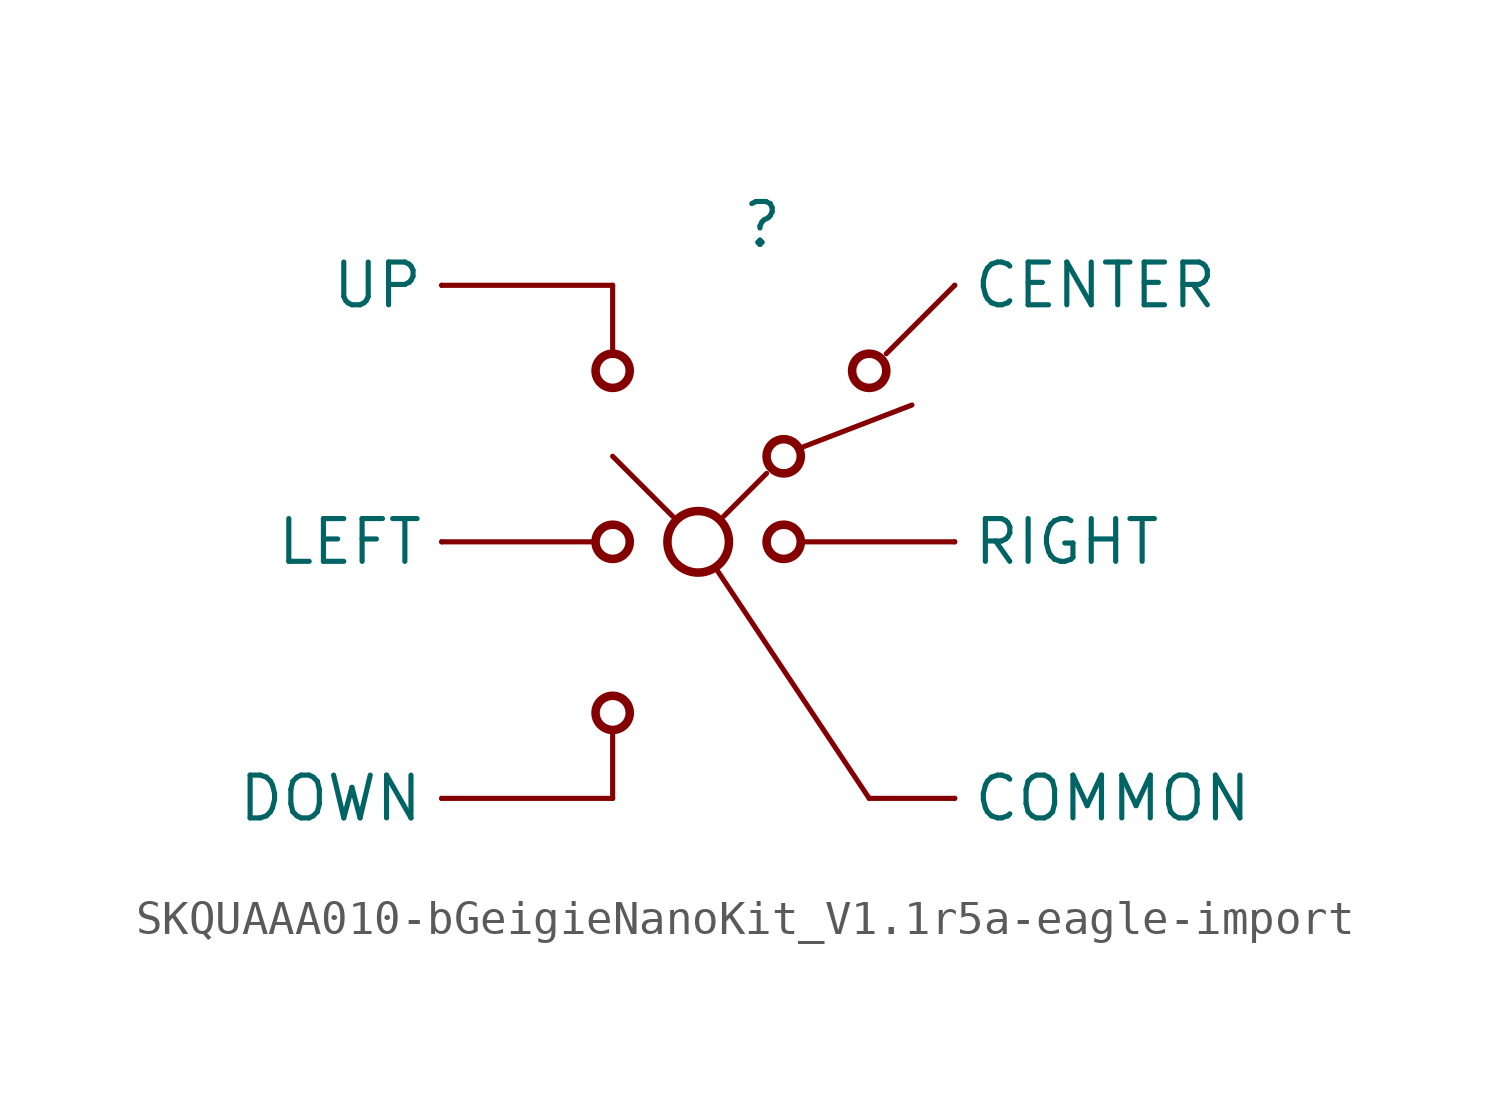
<source format=kicad_sym>
(kicad_symbol_lib
  (version 20200126)
  (host kicad_symbol_editor "5.99.0-unknown-aa7ce74~88~ubuntu18.04.1")
  (symbol "import_from_eagle-rescue:SKQUAAA010-bGeigieNanoKit_V1.1r5a-eagle-import"
    (property "Reference" ""
      (at 2.54 10.16 0)
      (effects (font (size 1.27 1.27)) (justify right top)))
    (property "ki_locked" ""
      (at 0 0 0)
      (effects (font (size 1.27 1.27))))
    (symbol "SKQUAAA010-bGeigieNanoKit_V1.1r5a-eagle-import_1_0"
      (circle (center -2.54 -5.08) (radius 0.508) (stroke (width 0.254)) (fill (type none)))
      (circle (center -2.54 0) (radius 0.508) (stroke (width 0.254)) (fill (type none)))
      (circle (center -2.54 5.08) (radius 0.508) (stroke (width 0.254)) (fill (type none)))
      (circle (center 0 0) (radius 0.914) (stroke (width 0.254)) (fill (type none)))
      (circle (center 2.54 0) (radius 0.508) (stroke (width 0.254)) (fill (type none)))
      (circle (center 2.54 2.54) (radius 0.508) (stroke (width 0.254)) (fill (type none)))
      (circle (center 5.08 5.08) (radius 0.508) (stroke (width 0.254)) (fill (type none)))
      (polyline (pts (xy -7.62 -7.62) (xy -2.54 -7.62)) (stroke (width 0)) (fill (type none)))
      (polyline (pts (xy -7.62 0) (xy -3.048 0)) (stroke (width 0)) (fill (type none)))
      (polyline (pts (xy -7.62 7.62) (xy -2.54 7.62)) (stroke (width 0)) (fill (type none)))
      (polyline (pts (xy -2.54 -5.588) (xy -2.54 -7.62)) (stroke (width 0)) (fill (type none)))
      (polyline (pts (xy -2.54 7.62) (xy -2.54 5.588)) (stroke (width 0)) (fill (type none)))
      (polyline (pts (xy -0.762 0.762) (xy -2.54 2.54)) (stroke (width 0)) (fill (type none)))
      (polyline (pts (xy 0.508 -0.762) (xy 5.08 -7.62)) (stroke (width 0)) (fill (type none)))
      (polyline (pts (xy 2.032 2.032) (xy 0.762 0.762)) (stroke (width 0)) (fill (type none)))
      (polyline (pts (xy 3.048 2.794) (xy 6.35 4.064)) (stroke (width 0)) (fill (type none)))
      (polyline (pts (xy 5.588 5.588) (xy 7.62 7.62)) (stroke (width 0)) (fill (type none)))
      (polyline (pts (xy 7.62 -7.62) (xy 5.08 -7.62)) (stroke (width 0)) (fill (type none)))
      (polyline (pts (xy 7.62 0) (xy 3.048 0)) (stroke (width 0)) (fill (type none)))
      (pin passive line (at 7.62 7.62 0) (length 0) (name "CENTER" (effects (font (size 1.27 1.27)))) (number "CENTER" (effects (font (size 0 0)))))
      (pin power_in line (at 7.62 -7.62 0) (length 0) (name "COMMON" (effects (font (size 1.27 1.27)))) (number "COMMON" (effects (font (size 0 0)))))
      (pin passive line (at -7.62 -7.62 180) (length 0) (name "DOWN" (effects (font (size 1.27 1.27)))) (number "DOWN" (effects (font (size 0 0)))))
      (pin passive line (at -7.62 0 180) (length 0) (name "LEFT" (effects (font (size 1.27 1.27)))) (number "LEFT" (effects (font (size 0 0)))))
      (pin passive line (at 7.62 0 0) (length 0) (name "RIGHT" (effects (font (size 1.27 1.27)))) (number "RIGHT" (effects (font (size 0 0)))))
      (pin passive line (at -7.62 7.62 180) (length 0) (name "UP" (effects (font (size 1.27 1.27)))) (number "UP" (effects (font (size 0 0))))))))
</source>
